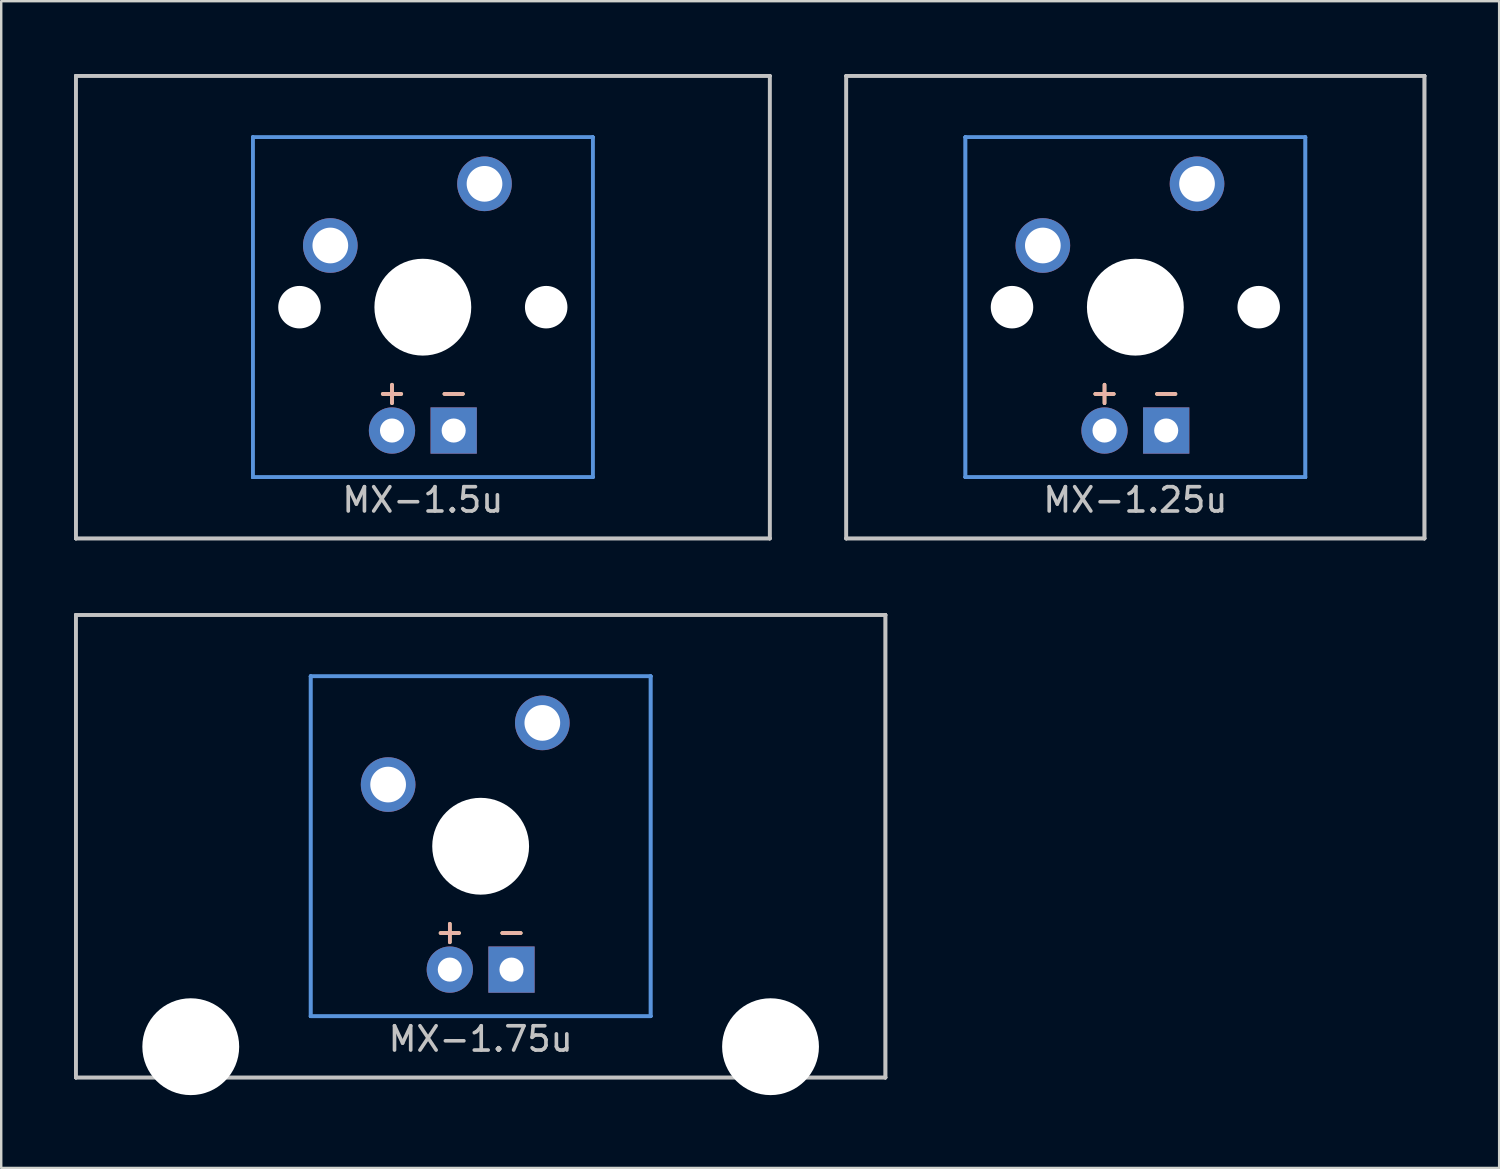
<source format=kicad_pcb>
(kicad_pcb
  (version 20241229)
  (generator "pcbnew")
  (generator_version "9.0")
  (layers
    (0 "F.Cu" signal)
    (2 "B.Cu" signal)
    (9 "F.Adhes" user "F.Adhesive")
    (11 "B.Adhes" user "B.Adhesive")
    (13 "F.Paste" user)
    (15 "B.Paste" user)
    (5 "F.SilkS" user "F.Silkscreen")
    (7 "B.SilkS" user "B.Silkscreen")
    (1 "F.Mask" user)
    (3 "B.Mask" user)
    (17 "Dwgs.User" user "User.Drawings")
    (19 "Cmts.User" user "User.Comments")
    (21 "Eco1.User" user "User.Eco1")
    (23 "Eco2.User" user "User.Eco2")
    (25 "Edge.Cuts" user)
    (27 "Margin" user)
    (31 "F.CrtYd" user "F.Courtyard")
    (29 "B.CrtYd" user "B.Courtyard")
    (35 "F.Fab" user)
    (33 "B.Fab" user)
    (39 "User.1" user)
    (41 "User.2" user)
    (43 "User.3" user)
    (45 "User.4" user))
  (footprint "MX-1.75u"
    (layer "F.Cu")
    (at 16.744 31.8)
    (property "Reference" "MX-1.75u" (at 0 7.938 0) (layer "Dwgs.User") (effects (font (size 1 1) (thickness 0.15))))
    (attr through_hole)
    (fp_line (start -16.669 -9.525) (end -16.669 -9.525) (stroke (width 0.15) (type solid)) (layer "Dwgs.User"))
    (fp_line (start -16.669 -9.525) (end -16.669 -9.525) (stroke (width 0.15) (type solid)) (layer "Dwgs.User"))
    (fp_line (start -16.669 -9.525) (end -16.669 9.525) (stroke (width 0.15) (type solid)) (layer "Dwgs.User"))
    (fp_line (start -16.669 -9.525) (end 16.669 -9.525) (stroke (width 0.15) (type solid)) (layer "Dwgs.User"))
    (fp_line (start -16.669 9.525) (end -16.669 -9.525) (stroke (width 0.15) (type solid)) (layer "Dwgs.User"))
    (fp_line (start -16.669 9.525) (end -16.669 9.525) (stroke (width 0.15) (type solid)) (layer "Dwgs.User"))
    (fp_line (start -16.669 9.525) (end -16.669 9.525) (stroke (width 0.15) (type solid)) (layer "Dwgs.User"))
    (fp_line (start -16.669 9.525) (end 16.669 9.525) (stroke (width 0.15) (type solid)) (layer "Dwgs.User"))
    (fp_line (start 16.669 -9.525) (end -16.669 -9.525) (stroke (width 0.15) (type solid)) (layer "Dwgs.User"))
    (fp_line (start 16.669 -9.525) (end 16.669 -9.525) (stroke (width 0.15) (type solid)) (layer "Dwgs.User"))
    (fp_line (start 16.669 -9.525) (end 16.669 -9.525) (stroke (width 0.15) (type solid)) (layer "Dwgs.User"))
    (fp_line (start 16.669 -9.525) (end 16.669 9.525) (stroke (width 0.15) (type solid)) (layer "Dwgs.User"))
    (fp_line (start 16.669 9.525) (end -16.669 9.525) (stroke (width 0.15) (type solid)) (layer "Dwgs.User"))
    (fp_line (start 16.669 9.525) (end 16.669 -9.525) (stroke (width 0.15) (type solid)) (layer "Dwgs.User"))
    (fp_line (start 16.669 9.525) (end 16.669 9.525) (stroke (width 0.15) (type solid)) (layer "Dwgs.User"))
    (fp_line (start 16.669 9.525) (end 16.669 9.525) (stroke (width 0.15) (type solid)) (layer "Dwgs.User"))
    (fp_line (start -7 -7) (end -7 -7) (stroke (width 0.15) (type solid)) (layer "Cmts.User"))
    (fp_line (start -7 -7) (end -7 -7) (stroke (width 0.15) (type solid)) (layer "Cmts.User"))
    (fp_line (start -7 -7) (end -7 7) (stroke (width 0.15) (type solid)) (layer "Cmts.User"))
    (fp_line (start -7 -7) (end 7 -7) (stroke (width 0.15) (type solid)) (layer "Cmts.User"))
    (fp_line (start -7 7) (end -7 -7) (stroke (width 0.15) (type solid)) (layer "Cmts.User"))
    (fp_line (start -7 7) (end -7 7) (stroke (width 0.15) (type solid)) (layer "Cmts.User"))
    (fp_line (start -7 7) (end -7 7) (stroke (width 0.15) (type solid)) (layer "Cmts.User"))
    (fp_line (start -7 7) (end 7 7) (stroke (width 0.15) (type solid)) (layer "Cmts.User"))
    (fp_line (start 7 -7) (end -7 -7) (stroke (width 0.15) (type solid)) (layer "Cmts.User"))
    (fp_line (start 7 -7) (end 7 -7) (stroke (width 0.15) (type solid)) (layer "Cmts.User"))
    (fp_line (start 7 -7) (end 7 -7) (stroke (width 0.15) (type solid)) (layer "Cmts.User"))
    (fp_line (start 7 -7) (end 7 7) (stroke (width 0.15) (type solid)) (layer "Cmts.User"))
    (fp_line (start 7 7) (end -7 7) (stroke (width 0.15) (type solid)) (layer "Cmts.User"))
    (fp_line (start 7 7) (end 7 -7) (stroke (width 0.15) (type solid)) (layer "Cmts.User"))
    (fp_line (start 7 7) (end 7 7) (stroke (width 0.15) (type solid)) (layer "Cmts.User"))
    (fp_line (start 7 7) (end 7 7) (stroke (width 0.15) (type solid)) (layer "Cmts.User"))
    (fp_text user "+" (at -1.27 3.5 0) (layer "F.SilkS") (effects (font (size 1 1) (thickness 0.15))))
    (fp_text user "-" (at 1.27 3.5 0) (layer "F.SilkS") (effects (font (size 1 1) (thickness 0.15))))
    (fp_text user "-" (at 1.27 3.5 0) (layer "B.SilkS") (effects (font (size 1 1) (thickness 0.15))))
    (fp_text user "+" (at -1.27 3.5 0) (layer "B.SilkS") (effects (font (size 1 1) (thickness 0.15))))
    (pad "" np_thru_hole circle (at -11.938 8.255) (size 3.988 3.988) (drill 3.988) (layers "*.Cu" "*.Mask"))
    (pad "" np_thru_hole circle (at 0 0) (size 3.988 3.988) (drill 3.988) (layers "*.Cu" "*.Mask"))
    (pad "" np_thru_hole circle (at 11.938 8.255) (size 3.988 3.988) (drill 3.988) (layers "*.Cu" "*.Mask"))
    (pad "1" thru_hole circle (at -3.81 -2.54) (size 2.25 2.25) (drill 1.47) (layers "*.Cu" "*.Mask"))
    (pad "2" thru_hole circle (at 2.54 -5.08) (size 2.25 2.25) (drill 1.47) (layers "*.Cu" "*.Mask"))
    (pad "3" thru_hole circle (at -1.27 5.08) (size 1.905 1.905) (drill 0.991) (layers "*.Cu" "*.Mask"))
    (pad "4" thru_hole rect (at 1.27 5.08) (size 1.905 1.905) (drill 0.991) (layers "*.Cu" "*.Mask")))
  (footprint "MX-1.25u"
    (layer "F.Cu")
    (at 43.706 9.6)
    (property "Reference" "MX-1.25u" (at 0 7.938 0) (layer "Dwgs.User") (effects (font (size 1 1) (thickness 0.15))))
    (attr through_hole)
    (fp_line (start -11.906 -9.525) (end -11.906 -9.525) (stroke (width 0.15) (type solid)) (layer "Dwgs.User"))
    (fp_line (start -11.906 -9.525) (end -11.906 -9.525) (stroke (width 0.15) (type solid)) (layer "Dwgs.User"))
    (fp_line (start -11.906 -9.525) (end -11.906 9.525) (stroke (width 0.15) (type solid)) (layer "Dwgs.User"))
    (fp_line (start -11.906 -9.525) (end 11.906 -9.525) (stroke (width 0.15) (type solid)) (layer "Dwgs.User"))
    (fp_line (start -11.906 9.525) (end -11.906 -9.525) (stroke (width 0.15) (type solid)) (layer "Dwgs.User"))
    (fp_line (start -11.906 9.525) (end -11.906 9.525) (stroke (width 0.15) (type solid)) (layer "Dwgs.User"))
    (fp_line (start -11.906 9.525) (end -11.906 9.525) (stroke (width 0.15) (type solid)) (layer "Dwgs.User"))
    (fp_line (start -11.906 9.525) (end 11.906 9.525) (stroke (width 0.15) (type solid)) (layer "Dwgs.User"))
    (fp_line (start 11.906 -9.525) (end -11.906 -9.525) (stroke (width 0.15) (type solid)) (layer "Dwgs.User"))
    (fp_line (start 11.906 -9.525) (end 11.906 -9.525) (stroke (width 0.15) (type solid)) (layer "Dwgs.User"))
    (fp_line (start 11.906 -9.525) (end 11.906 -9.525) (stroke (width 0.15) (type solid)) (layer "Dwgs.User"))
    (fp_line (start 11.906 -9.525) (end 11.906 9.525) (stroke (width 0.15) (type solid)) (layer "Dwgs.User"))
    (fp_line (start 11.906 9.525) (end -11.906 9.525) (stroke (width 0.15) (type solid)) (layer "Dwgs.User"))
    (fp_line (start 11.906 9.525) (end 11.906 -9.525) (stroke (width 0.15) (type solid)) (layer "Dwgs.User"))
    (fp_line (start 11.906 9.525) (end 11.906 9.525) (stroke (width 0.15) (type solid)) (layer "Dwgs.User"))
    (fp_line (start 11.906 9.525) (end 11.906 9.525) (stroke (width 0.15) (type solid)) (layer "Dwgs.User"))
    (fp_line (start -7 -7) (end -7 -7) (stroke (width 0.15) (type solid)) (layer "Cmts.User"))
    (fp_line (start -7 -7) (end -7 -7) (stroke (width 0.15) (type solid)) (layer "Cmts.User"))
    (fp_line (start -7 -7) (end -7 7) (stroke (width 0.15) (type solid)) (layer "Cmts.User"))
    (fp_line (start -7 -7) (end 7 -7) (stroke (width 0.15) (type solid)) (layer "Cmts.User"))
    (fp_line (start -7 7) (end -7 -7) (stroke (width 0.15) (type solid)) (layer "Cmts.User"))
    (fp_line (start -7 7) (end -7 7) (stroke (width 0.15) (type solid)) (layer "Cmts.User"))
    (fp_line (start -7 7) (end -7 7) (stroke (width 0.15) (type solid)) (layer "Cmts.User"))
    (fp_line (start -7 7) (end 7 7) (stroke (width 0.15) (type solid)) (layer "Cmts.User"))
    (fp_line (start 7 -7) (end -7 -7) (stroke (width 0.15) (type solid)) (layer "Cmts.User"))
    (fp_line (start 7 -7) (end 7 -7) (stroke (width 0.15) (type solid)) (layer "Cmts.User"))
    (fp_line (start 7 -7) (end 7 -7) (stroke (width 0.15) (type solid)) (layer "Cmts.User"))
    (fp_line (start 7 -7) (end 7 7) (stroke (width 0.15) (type solid)) (layer "Cmts.User"))
    (fp_line (start 7 7) (end -7 7) (stroke (width 0.15) (type solid)) (layer "Cmts.User"))
    (fp_line (start 7 7) (end 7 -7) (stroke (width 0.15) (type solid)) (layer "Cmts.User"))
    (fp_line (start 7 7) (end 7 7) (stroke (width 0.15) (type solid)) (layer "Cmts.User"))
    (fp_line (start 7 7) (end 7 7) (stroke (width 0.15) (type solid)) (layer "Cmts.User"))
    (fp_text user "-" (at 1.27 3.5 0) (layer "F.SilkS") (effects (font (size 1 1) (thickness 0.15))))
    (fp_text user "+" (at -1.27 3.5 0) (layer "F.SilkS") (effects (font (size 1 1) (thickness 0.15))))
    (fp_text user "-" (at 1.27 3.5 0) (layer "B.SilkS") (effects (font (size 1 1) (thickness 0.15))))
    (fp_text user "+" (at -1.27 3.5 0) (layer "B.SilkS") (effects (font (size 1 1) (thickness 0.15))))
    (pad "" np_thru_hole circle (at -5.08 0) (size 1.75 1.75) (drill 1.75) (layers "*.Cu" "*.Mask"))
    (pad "" np_thru_hole circle (at 0 0) (size 3.988 3.988) (drill 3.988) (layers "*.Cu" "*.Mask"))
    (pad "" np_thru_hole circle (at 5.08 0) (size 1.75 1.75) (drill 1.75) (layers "*.Cu" "*.Mask"))
    (pad "1" thru_hole circle (at -3.81 -2.54) (size 2.25 2.25) (drill 1.47) (layers "*.Cu" "*.Mask"))
    (pad "2" thru_hole circle (at 2.54 -5.08) (size 2.25 2.25) (drill 1.47) (layers "*.Cu" "*.Mask"))
    (pad "3" thru_hole circle (at -1.27 5.08) (size 1.905 1.905) (drill 0.991) (layers "*.Cu" "*.Mask"))
    (pad "4" thru_hole rect (at 1.27 5.08) (size 1.905 1.905) (drill 0.991) (layers "*.Cu" "*.Mask")))
  (footprint "MX-1.5u"
    (layer "F.Cu")
    (at 14.363 9.6)
    (property "Reference" "MX-1.5u" (at 0 7.938 0) (layer "Dwgs.User") (effects (font (size 1 1) (thickness 0.15))))
    (attr through_hole)
    (fp_line (start -14.287 -9.525) (end -14.287 -9.525) (stroke (width 0.15) (type solid)) (layer "Dwgs.User"))
    (fp_line (start -14.287 -9.525) (end -14.287 -9.525) (stroke (width 0.15) (type solid)) (layer "Dwgs.User"))
    (fp_line (start -14.287 -9.525) (end -14.287 9.525) (stroke (width 0.15) (type solid)) (layer "Dwgs.User"))
    (fp_line (start -14.287 -9.525) (end 14.287 -9.525) (stroke (width 0.15) (type solid)) (layer "Dwgs.User"))
    (fp_line (start -14.287 9.525) (end -14.287 -9.525) (stroke (width 0.15) (type solid)) (layer "Dwgs.User"))
    (fp_line (start -14.287 9.525) (end -14.287 9.525) (stroke (width 0.15) (type solid)) (layer "Dwgs.User"))
    (fp_line (start -14.287 9.525) (end -14.287 9.525) (stroke (width 0.15) (type solid)) (layer "Dwgs.User"))
    (fp_line (start -14.287 9.525) (end 14.287 9.525) (stroke (width 0.15) (type solid)) (layer "Dwgs.User"))
    (fp_line (start 14.287 -9.525) (end -14.287 -9.525) (stroke (width 0.15) (type solid)) (layer "Dwgs.User"))
    (fp_line (start 14.287 -9.525) (end 14.287 -9.525) (stroke (width 0.15) (type solid)) (layer "Dwgs.User"))
    (fp_line (start 14.287 -9.525) (end 14.287 -9.525) (stroke (width 0.15) (type solid)) (layer "Dwgs.User"))
    (fp_line (start 14.287 -9.525) (end 14.287 9.525) (stroke (width 0.15) (type solid)) (layer "Dwgs.User"))
    (fp_line (start 14.287 9.525) (end -14.287 9.525) (stroke (width 0.15) (type solid)) (layer "Dwgs.User"))
    (fp_line (start 14.287 9.525) (end 14.287 -9.525) (stroke (width 0.15) (type solid)) (layer "Dwgs.User"))
    (fp_line (start 14.287 9.525) (end 14.287 9.525) (stroke (width 0.15) (type solid)) (layer "Dwgs.User"))
    (fp_line (start 14.287 9.525) (end 14.287 9.525) (stroke (width 0.15) (type solid)) (layer "Dwgs.User"))
    (fp_line (start -7 -7) (end -7 -7) (stroke (width 0.15) (type solid)) (layer "Cmts.User"))
    (fp_line (start -7 -7) (end -7 -7) (stroke (width 0.15) (type solid)) (layer "Cmts.User"))
    (fp_line (start -7 -7) (end -7 7) (stroke (width 0.15) (type solid)) (layer "Cmts.User"))
    (fp_line (start -7 -7) (end 7 -7) (stroke (width 0.15) (type solid)) (layer "Cmts.User"))
    (fp_line (start -7 7) (end -7 -7) (stroke (width 0.15) (type solid)) (layer "Cmts.User"))
    (fp_line (start -7 7) (end -7 7) (stroke (width 0.15) (type solid)) (layer "Cmts.User"))
    (fp_line (start -7 7) (end -7 7) (stroke (width 0.15) (type solid)) (layer "Cmts.User"))
    (fp_line (start -7 7) (end 7 7) (stroke (width 0.15) (type solid)) (layer "Cmts.User"))
    (fp_line (start 7 -7) (end -7 -7) (stroke (width 0.15) (type solid)) (layer "Cmts.User"))
    (fp_line (start 7 -7) (end 7 -7) (stroke (width 0.15) (type solid)) (layer "Cmts.User"))
    (fp_line (start 7 -7) (end 7 -7) (stroke (width 0.15) (type solid)) (layer "Cmts.User"))
    (fp_line (start 7 -7) (end 7 7) (stroke (width 0.15) (type solid)) (layer "Cmts.User"))
    (fp_line (start 7 7) (end -7 7) (stroke (width 0.15) (type solid)) (layer "Cmts.User"))
    (fp_line (start 7 7) (end 7 -7) (stroke (width 0.15) (type solid)) (layer "Cmts.User"))
    (fp_line (start 7 7) (end 7 7) (stroke (width 0.15) (type solid)) (layer "Cmts.User"))
    (fp_line (start 7 7) (end 7 7) (stroke (width 0.15) (type solid)) (layer "Cmts.User"))
    (fp_text user "+" (at -1.27 3.5 0) (layer "F.SilkS") (effects (font (size 1 1) (thickness 0.15))))
    (fp_text user "-" (at 1.27 3.5 0) (layer "F.SilkS") (effects (font (size 1 1) (thickness 0.15))))
    (fp_text user "+" (at -1.27 3.5 0) (layer "B.SilkS") (effects (font (size 1 1) (thickness 0.15))))
    (fp_text user "-" (at 1.27 3.5 0) (layer "B.SilkS") (effects (font (size 1 1) (thickness 0.15))))
    (pad "" np_thru_hole circle (at -5.08 0) (size 1.75 1.75) (drill 1.75) (layers "*.Cu" "*.Mask"))
    (pad "" np_thru_hole circle (at 0 0) (size 3.988 3.988) (drill 3.988) (layers "*.Cu" "*.Mask"))
    (pad "" np_thru_hole circle (at 5.08 0) (size 1.75 1.75) (drill 1.75) (layers "*.Cu" "*.Mask"))
    (pad "1" thru_hole circle (at -3.81 -2.54) (size 2.25 2.25) (drill 1.47) (layers "*.Cu" "*.Mask"))
    (pad "2" thru_hole circle (at 2.54 -5.08) (size 2.25 2.25) (drill 1.47) (layers "*.Cu" "*.Mask"))
    (pad "3" thru_hole circle (at -1.27 5.08) (size 1.905 1.905) (drill 0.991) (layers "*.Cu" "*.Mask"))
    (pad "4" thru_hole rect (at 1.27 5.08) (size 1.905 1.905) (drill 0.991) (layers "*.Cu" "*.Mask")))
  (gr_rect
    (start -3 -3)
    (end 58.688 45.049)
    (stroke (width 0.1) (type default))
    (fill no)
    (layer "Edge.Cuts")))
</source>
